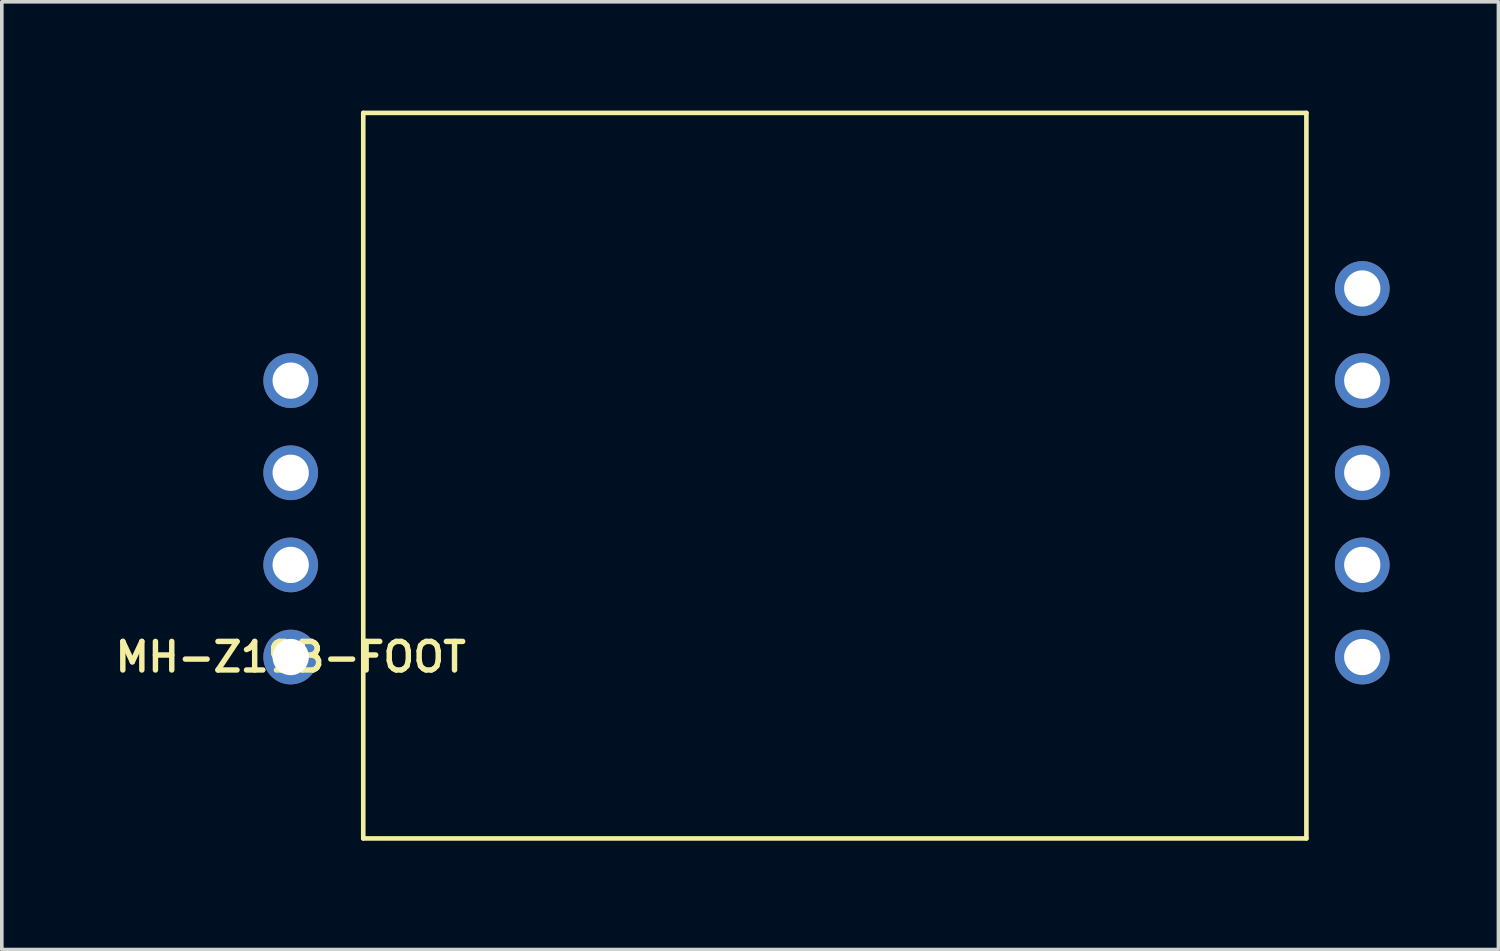
<source format=kicad_pcb>
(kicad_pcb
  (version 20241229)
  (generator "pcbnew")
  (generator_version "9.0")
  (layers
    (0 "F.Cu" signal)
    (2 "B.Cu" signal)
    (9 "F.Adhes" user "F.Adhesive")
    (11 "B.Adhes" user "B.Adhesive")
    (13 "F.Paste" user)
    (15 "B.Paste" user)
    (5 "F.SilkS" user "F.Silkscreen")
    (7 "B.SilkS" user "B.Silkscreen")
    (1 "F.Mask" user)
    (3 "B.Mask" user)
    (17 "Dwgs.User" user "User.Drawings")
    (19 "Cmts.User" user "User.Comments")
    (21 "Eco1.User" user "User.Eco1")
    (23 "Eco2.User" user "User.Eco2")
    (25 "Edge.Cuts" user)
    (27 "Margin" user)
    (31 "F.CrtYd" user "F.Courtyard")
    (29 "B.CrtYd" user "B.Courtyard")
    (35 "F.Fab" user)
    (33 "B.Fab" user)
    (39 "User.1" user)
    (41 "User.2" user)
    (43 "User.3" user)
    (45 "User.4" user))
  (footprint "MH-Z19B-FOOT"
    (layer "F.Cu")
    (at 4.964 15.063)
    (property "Reference" "MH-Z19B-FOOT" (at 0 0 0) (layer "F.SilkS") (effects (font (size 0.787 0.787) (thickness 0.15))))
    (attr through_hole)
    (fp_line (start 2 -15) (end 28 -15) (stroke (width 0.127) (type solid)) (layer "F.SilkS"))
    (fp_line (start 2 5) (end 2 -15) (stroke (width 0.127) (type solid)) (layer "F.SilkS"))
    (fp_line (start 28 -15) (end 28 5) (stroke (width 0.127) (type solid)) (layer "F.SilkS"))
    (fp_line (start 28 5) (end 2 5) (stroke (width 0.127) (type solid)) (layer "F.SilkS"))
    (pad "GND" thru_hole circle (at 0 -2.54) (size 1.508 1.508) (drill 1) (layers "*.Cu" "*.Mask"))
    (pad "RX" thru_hole circle (at 29.54 -2.54) (size 1.508 1.508) (drill 1) (layers "*.Cu" "*.Mask"))
    (pad "TX" thru_hole circle (at 29.54 -5.08) (size 1.508 1.508) (drill 1) (layers "*.Cu" "*.Mask"))
    (pad "VIN" thru_hole circle (at 0 0) (size 1.508 1.508) (drill 1) (layers "*.Cu" "*.Mask"))
    (pad "X@1" thru_hole circle (at 0 -5.08) (size 1.508 1.508) (drill 1) (layers "*.Cu" "*.Mask"))
    (pad "X@2" thru_hole circle (at 0 -7.62) (size 1.508 1.508) (drill 1) (layers "*.Cu" "*.Mask"))
    (pad "X@3" thru_hole circle (at 29.54 0) (size 1.508 1.508) (drill 1) (layers "*.Cu" "*.Mask"))
    (pad "X@4" thru_hole circle (at 29.54 -7.62) (size 1.508 1.508) (drill 1) (layers "*.Cu" "*.Mask"))
    (pad "XQ5" thru_hole circle (at 29.54 -10.16) (size 1.508 1.508) (drill 1) (layers "*.Cu" "*.Mask")))
  (gr_rect
    (start -3 -3)
    (end 38.258 23.127)
    (stroke (width 0.1) (type default))
    (fill no)
    (layer "Edge.Cuts")))
</source>
